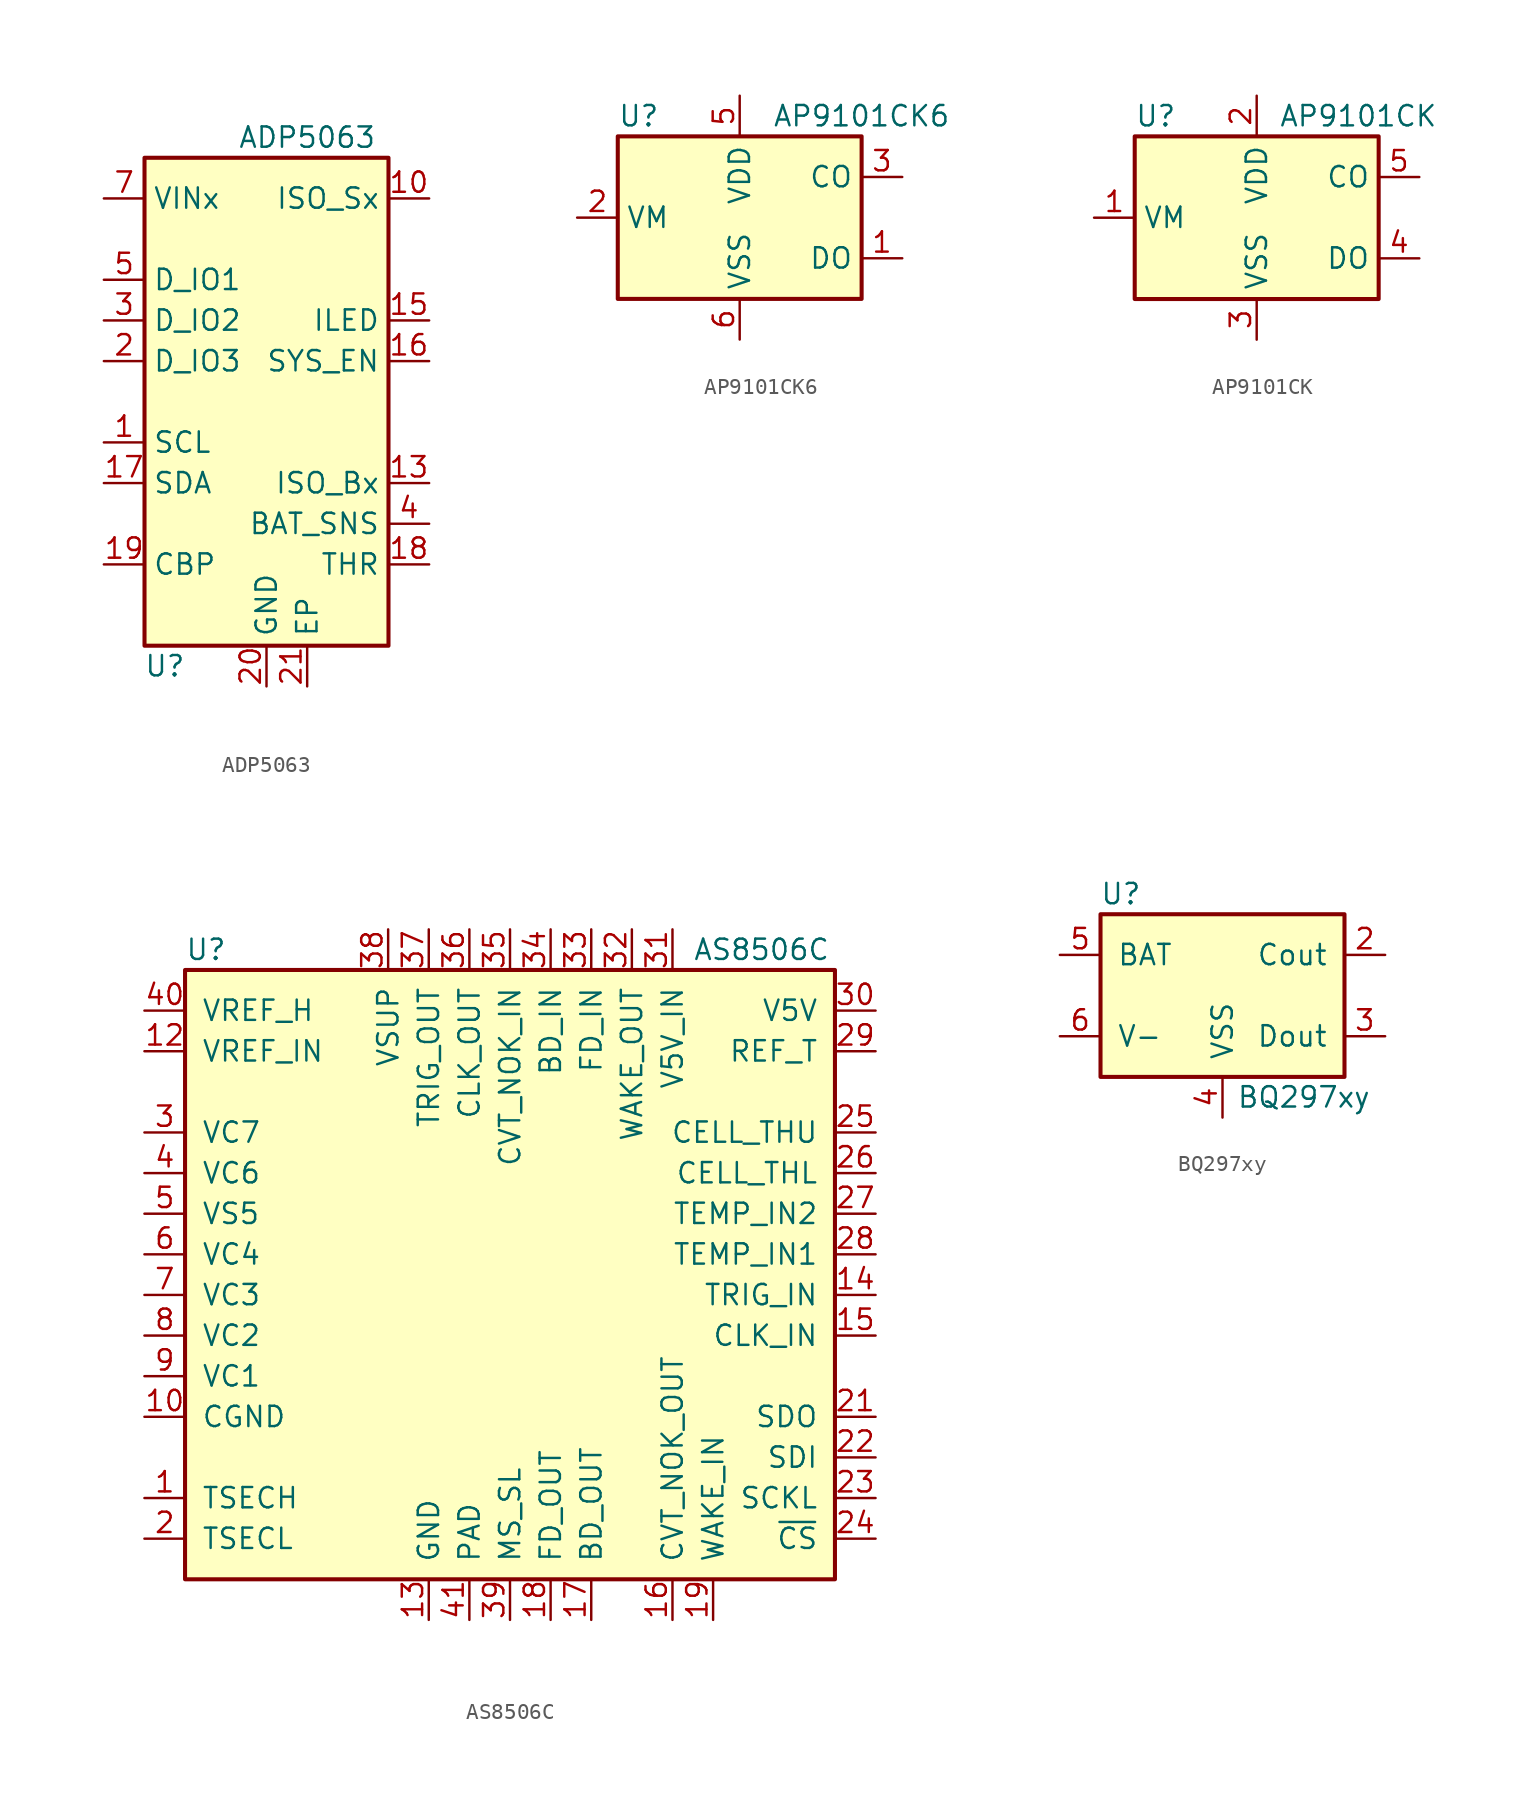
<source format=kicad_sym>
(kicad_symbol_lib
  (version 20201005)
  (generator kicad_symbol_editor)
  (symbol "Battery_Management:ADP5063"
    (property "Reference" "U"
      (at -6.35 -16.51 0)
      (effects (font (size 1.27 1.27))))
    (property "Value" "ADP5063"
      (at 2.54 16.51 0)
      (effects (font (size 1.27 1.27))))
    (symbol "ADP5063_1_1"
      (rectangle (start -7.62 15.24) (end 7.62 -15.24) (stroke (width 0.254)) (fill (type background)))
      (pin input line (at -10.16 -2.54 0) (length 2.54) (name "SCL" (effects (font (size 1.27 1.27)))) (number "1" (effects (font (size 1.27 1.27)))))
      (pin power_out line (at 10.16 12.7 180) (length 2.54) (name "ISO_Sx" (effects (font (size 1.27 1.27)))) (number "10" (effects (font (size 1.27 1.27)))))
      (pin passive line (at 10.16 12.7 180) (length 2.54) hide (name "ISO_Sx" (effects (font (size 1.27 1.27)))) (number "11" (effects (font (size 1.27 1.27)))))
      (pin passive line (at 10.16 -5.08 180) (length 2.54) hide (name "ISO_Bx" (effects (font (size 1.27 1.27)))) (number "12" (effects (font (size 1.27 1.27)))))
      (pin passive line (at 10.16 -5.08 180) (length 2.54) (name "ISO_Bx" (effects (font (size 1.27 1.27)))) (number "13" (effects (font (size 1.27 1.27)))))
      (pin passive line (at 10.16 -5.08 180) (length 2.54) hide (name "ISO_Bx" (effects (font (size 1.27 1.27)))) (number "14" (effects (font (size 1.27 1.27)))))
      (pin open_collector line (at 10.16 5.08 180) (length 2.54) (name "ILED" (effects (font (size 1.27 1.27)))) (number "15" (effects (font (size 1.27 1.27)))))
      (pin open_collector line (at 10.16 2.54 180) (length 2.54) (name "SYS_EN" (effects (font (size 1.27 1.27)))) (number "16" (effects (font (size 1.27 1.27)))))
      (pin bidirectional line (at -10.16 -5.08 0) (length 2.54) (name "SDA" (effects (font (size 1.27 1.27)))) (number "17" (effects (font (size 1.27 1.27)))))
      (pin passive line (at 10.16 -10.16 180) (length 2.54) (name "THR" (effects (font (size 1.27 1.27)))) (number "18" (effects (font (size 1.27 1.27)))))
      (pin passive line (at -10.16 -10.16 0) (length 2.54) (name "CBP" (effects (font (size 1.27 1.27)))) (number "19" (effects (font (size 1.27 1.27)))))
      (pin bidirectional line (at -10.16 2.54 0) (length 2.54) (name "D_IO3" (effects (font (size 1.27 1.27)))) (number "2" (effects (font (size 1.27 1.27)))))
      (pin power_in line (at 0 -17.78 90) (length 2.54) (name "GND" (effects (font (size 1.27 1.27)))) (number "20" (effects (font (size 1.27 1.27)))))
      (pin passive line (at 2.54 -17.78 90) (length 2.54) (name "EP" (effects (font (size 1.27 1.27)))) (number "21" (effects (font (size 1.27 1.27)))))
      (pin bidirectional line (at -10.16 5.08 0) (length 2.54) (name "D_IO2" (effects (font (size 1.27 1.27)))) (number "3" (effects (font (size 1.27 1.27)))))
      (pin passive line (at 10.16 -7.62 180) (length 2.54) (name "BAT_SNS" (effects (font (size 1.27 1.27)))) (number "4" (effects (font (size 1.27 1.27)))))
      (pin bidirectional line (at -10.16 7.62 0) (length 2.54) (name "D_IO1" (effects (font (size 1.27 1.27)))) (number "5" (effects (font (size 1.27 1.27)))))
      (pin input line (at -10.16 12.7 0) (length 2.54) hide (name "VINx" (effects (font (size 1.27 1.27)))) (number "6" (effects (font (size 1.27 1.27)))))
      (pin input line (at -10.16 12.7 0) (length 2.54) (name "VINx" (effects (font (size 1.27 1.27)))) (number "7" (effects (font (size 1.27 1.27)))))
      (pin input line (at -10.16 12.7 0) (length 2.54) hide (name "VINx" (effects (font (size 1.27 1.27)))) (number "8" (effects (font (size 1.27 1.27)))))
      (pin passive line (at 10.16 12.7 180) (length 2.54) hide (name "ISO_Sx" (effects (font (size 1.27 1.27)))) (number "9" (effects (font (size 1.27 1.27)))))))
  (symbol "Battery_Management:AP9101CK6"
    (property "Reference" "U"
      (at -7.62 6.35 0)
      (effects (font (size 1.27 1.27)) (justify left)))
    (property "Value" "AP9101CK6"
      (at 7.62 6.35 0)
      (effects (font (size 1.27 1.27))))
    (symbol "AP9101CK6_0_1"
      (rectangle (start -7.62 5.08) (end 7.62 -5.08) (stroke (width 0.254)) (fill (type background))))
    (symbol "AP9101CK6_1_1"
      (pin output line (at 10.16 -2.54 180) (length 2.54) (name "DO" (effects (font (size 1.27 1.27)))) (number "1" (effects (font (size 1.27 1.27)))))
      (pin passive line (at -10.16 0 0) (length 2.54) (name "VM" (effects (font (size 1.27 1.27)))) (number "2" (effects (font (size 1.27 1.27)))))
      (pin output line (at 10.16 2.54 180) (length 2.54) (name "CO" (effects (font (size 1.27 1.27)))) (number "3" (effects (font (size 1.27 1.27)))))
      (pin no_connect line (at -7.62 -2.54 0) (length 2.54) hide (name "NC" (effects (font (size 1.27 1.27)))) (number "4" (effects (font (size 1.27 1.27)))))
      (pin power_in line (at 0 7.62 270) (length 2.54) (name "VDD" (effects (font (size 1.27 1.27)))) (number "5" (effects (font (size 1.27 1.27)))))
      (pin power_in line (at 0 -7.62 90) (length 2.54) (name "VSS" (effects (font (size 1.27 1.27)))) (number "6" (effects (font (size 1.27 1.27)))))))
  (symbol "Battery_Management:AP9101CK"
    (property "Reference" "U"
      (at -7.62 6.35 0)
      (effects (font (size 1.27 1.27)) (justify left)))
    (property "Value" "AP9101CK"
      (at 6.35 6.35 0)
      (effects (font (size 1.27 1.27))))
    (symbol "AP9101CK_0_1"
      (rectangle (start -7.62 5.08) (end 7.62 -5.08) (stroke (width 0.254)) (fill (type background))))
    (symbol "AP9101CK_1_1"
      (pin passive line (at -10.16 0 0) (length 2.54) (name "VM" (effects (font (size 1.27 1.27)))) (number "1" (effects (font (size 1.27 1.27)))))
      (pin power_in line (at 0 7.62 270) (length 2.54) (name "VDD" (effects (font (size 1.27 1.27)))) (number "2" (effects (font (size 1.27 1.27)))))
      (pin power_in line (at 0 -7.62 90) (length 2.54) (name "VSS" (effects (font (size 1.27 1.27)))) (number "3" (effects (font (size 1.27 1.27)))))
      (pin output line (at 10.16 -2.54 180) (length 2.54) (name "DO" (effects (font (size 1.27 1.27)))) (number "4" (effects (font (size 1.27 1.27)))))
      (pin output line (at 10.16 2.54 180) (length 2.54) (name "CO" (effects (font (size 1.27 1.27)))) (number "5" (effects (font (size 1.27 1.27)))))))
  (symbol "Battery_Management:AS8506C"
    (pin_names
      (offset 1.016))
    (property "Reference" "U"
      (at -20.32 21.59 0)
      (effects (font (size 1.27 1.27)) (justify left)))
    (property "Value" "AS8506C"
      (at 11.43 21.59 0)
      (effects (font (size 1.27 1.27)) (justify left)))
    (symbol "AS8506C_0_1"
      (rectangle (start 20.32 -17.78) (end -20.32 20.32) (stroke (width 0.254)) (fill (type background))))
    (symbol "AS8506C_1_1"
      (pin input line (at -22.86 -12.7 0) (length 2.54) (name "TSECH" (effects (font (size 1.27 1.27)))) (number "1" (effects (font (size 1.27 1.27)))))
      (pin input line (at -22.86 -7.62 0) (length 2.54) (name "CGND" (effects (font (size 1.27 1.27)))) (number "10" (effects (font (size 1.27 1.27)))))
      (pin no_connect line (at -10.16 -20.32 90) (length 2.54) hide (name "NC" (effects (font (size 1.27 1.27)))) (number "11" (effects (font (size 1.27 1.27)))))
      (pin input line (at -22.86 15.24 0) (length 2.54) (name "VREF_IN" (effects (font (size 1.27 1.27)))) (number "12" (effects (font (size 1.27 1.27)))))
      (pin power_in line (at -5.08 -20.32 90) (length 2.54) (name "GND" (effects (font (size 1.27 1.27)))) (number "13" (effects (font (size 1.27 1.27)))))
      (pin input line (at 22.86 0 180) (length 2.54) (name "TRIG_IN" (effects (font (size 1.27 1.27)))) (number "14" (effects (font (size 1.27 1.27)))))
      (pin input line (at 22.86 -2.54 180) (length 2.54) (name "CLK_IN" (effects (font (size 1.27 1.27)))) (number "15" (effects (font (size 1.27 1.27)))))
      (pin input line (at 10.16 -20.32 90) (length 2.54) (name "CVT_NOK_OUT" (effects (font (size 1.27 1.27)))) (number "16" (effects (font (size 1.27 1.27)))))
      (pin input line (at 5.08 -20.32 90) (length 2.54) (name "BD_OUT" (effects (font (size 1.27 1.27)))) (number "17" (effects (font (size 1.27 1.27)))))
      (pin input line (at 2.54 -20.32 90) (length 2.54) (name "FD_OUT" (effects (font (size 1.27 1.27)))) (number "18" (effects (font (size 1.27 1.27)))))
      (pin input line (at 12.7 -20.32 90) (length 2.54) (name "WAKE_IN" (effects (font (size 1.27 1.27)))) (number "19" (effects (font (size 1.27 1.27)))))
      (pin input line (at -22.86 -15.24 0) (length 2.54) (name "TSECL" (effects (font (size 1.27 1.27)))) (number "2" (effects (font (size 1.27 1.27)))))
      (pin no_connect line (at -7.62 -20.32 90) (length 2.54) hide (name "NC_T" (effects (font (size 1.27 1.27)))) (number "20" (effects (font (size 1.27 1.27)))))
      (pin output line (at 22.86 -7.62 180) (length 2.54) (name "SDO" (effects (font (size 1.27 1.27)))) (number "21" (effects (font (size 1.27 1.27)))))
      (pin input line (at 22.86 -10.16 180) (length 2.54) (name "SDI" (effects (font (size 1.27 1.27)))) (number "22" (effects (font (size 1.27 1.27)))))
      (pin input line (at 22.86 -12.7 180) (length 2.54) (name "SCKL" (effects (font (size 1.27 1.27)))) (number "23" (effects (font (size 1.27 1.27)))))
      (pin input line (at 22.86 -15.24 180) (length 2.54) (name "~CS" (effects (font (size 1.27 1.27)))) (number "24" (effects (font (size 1.27 1.27)))))
      (pin input line (at 22.86 10.16 180) (length 2.54) (name "CELL_THU" (effects (font (size 1.27 1.27)))) (number "25" (effects (font (size 1.27 1.27)))))
      (pin input line (at 22.86 7.62 180) (length 2.54) (name "CELL_THL" (effects (font (size 1.27 1.27)))) (number "26" (effects (font (size 1.27 1.27)))))
      (pin input line (at 22.86 5.08 180) (length 2.54) (name "TEMP_IN2" (effects (font (size 1.27 1.27)))) (number "27" (effects (font (size 1.27 1.27)))))
      (pin input line (at 22.86 2.54 180) (length 2.54) (name "TEMP_IN1" (effects (font (size 1.27 1.27)))) (number "28" (effects (font (size 1.27 1.27)))))
      (pin input line (at 22.86 15.24 180) (length 2.54) (name "REF_T" (effects (font (size 1.27 1.27)))) (number "29" (effects (font (size 1.27 1.27)))))
      (pin input line (at -22.86 10.16 0) (length 2.54) (name "VC7" (effects (font (size 1.27 1.27)))) (number "3" (effects (font (size 1.27 1.27)))))
      (pin input line (at 22.86 17.78 180) (length 2.54) (name "V5V" (effects (font (size 1.27 1.27)))) (number "30" (effects (font (size 1.27 1.27)))))
      (pin input line (at 10.16 22.86 270) (length 2.54) (name "V5V_IN" (effects (font (size 1.27 1.27)))) (number "31" (effects (font (size 1.27 1.27)))))
      (pin input line (at 7.62 22.86 270) (length 2.54) (name "WAKE_OUT" (effects (font (size 1.27 1.27)))) (number "32" (effects (font (size 1.27 1.27)))))
      (pin input line (at 5.08 22.86 270) (length 2.54) (name "FD_IN" (effects (font (size 1.27 1.27)))) (number "33" (effects (font (size 1.27 1.27)))))
      (pin input line (at 2.54 22.86 270) (length 2.54) (name "BD_IN" (effects (font (size 1.27 1.27)))) (number "34" (effects (font (size 1.27 1.27)))))
      (pin input line (at 0 22.86 270) (length 2.54) (name "CVT_NOK_IN" (effects (font (size 1.27 1.27)))) (number "35" (effects (font (size 1.27 1.27)))))
      (pin input line (at -2.54 22.86 270) (length 2.54) (name "CLK_OUT" (effects (font (size 1.27 1.27)))) (number "36" (effects (font (size 1.27 1.27)))))
      (pin input line (at -5.08 22.86 270) (length 2.54) (name "TRIG_OUT" (effects (font (size 1.27 1.27)))) (number "37" (effects (font (size 1.27 1.27)))))
      (pin power_in line (at -7.62 22.86 270) (length 2.54) (name "VSUP" (effects (font (size 1.27 1.27)))) (number "38" (effects (font (size 1.27 1.27)))))
      (pin input line (at 0 -20.32 90) (length 2.54) (name "MS_SL" (effects (font (size 1.27 1.27)))) (number "39" (effects (font (size 1.27 1.27)))))
      (pin input line (at -22.86 7.62 0) (length 2.54) (name "VC6" (effects (font (size 1.27 1.27)))) (number "4" (effects (font (size 1.27 1.27)))))
      (pin input line (at -22.86 17.78 0) (length 2.54) (name "VREF_H" (effects (font (size 1.27 1.27)))) (number "40" (effects (font (size 1.27 1.27)))))
      (pin power_in line (at -2.54 -20.32 90) (length 2.54) (name "PAD" (effects (font (size 1.27 1.27)))) (number "41" (effects (font (size 1.27 1.27)))))
      (pin input line (at -22.86 5.08 0) (length 2.54) (name "VS5" (effects (font (size 1.27 1.27)))) (number "5" (effects (font (size 1.27 1.27)))))
      (pin input line (at -22.86 2.54 0) (length 2.54) (name "VC4" (effects (font (size 1.27 1.27)))) (number "6" (effects (font (size 1.27 1.27)))))
      (pin input line (at -22.86 0 0) (length 2.54) (name "VC3" (effects (font (size 1.27 1.27)))) (number "7" (effects (font (size 1.27 1.27)))))
      (pin input line (at -22.86 -2.54 0) (length 2.54) (name "VC2" (effects (font (size 1.27 1.27)))) (number "8" (effects (font (size 1.27 1.27)))))
      (pin input line (at -22.86 -5.08 0) (length 2.54) (name "VC1" (effects (font (size 1.27 1.27)))) (number "9" (effects (font (size 1.27 1.27)))))))
  (symbol "Battery_Management:BQ297xy"
    (pin_names
      (offset 1.016))
    (property "Reference" "U"
      (at -6.35 6.35 0)
      (effects (font (size 1.27 1.27))))
    (property "Value" "BQ297xy"
      (at 5.08 -6.35 0)
      (effects (font (size 1.27 1.27))))
    (symbol "BQ297xy_0_1"
      (rectangle (start -7.62 5.08) (end 7.62 -5.08) (stroke (width 0.254)) (fill (type background))))
    (symbol "BQ297xy_1_1"
      (pin no_connect line (at 7.62 0 180) (length 2.54) hide (name "NC" (effects (font (size 1.27 1.27)))) (number "1" (effects (font (size 1.27 1.27)))))
      (pin output line (at 10.16 2.54 180) (length 2.54) (name "Cout" (effects (font (size 1.27 1.27)))) (number "2" (effects (font (size 1.27 1.27)))))
      (pin output line (at 10.16 -2.54 180) (length 2.54) (name "Dout" (effects (font (size 1.27 1.27)))) (number "3" (effects (font (size 1.27 1.27)))))
      (pin power_in line (at 0 -7.62 90) (length 2.54) (name "VSS" (effects (font (size 1.27 1.27)))) (number "4" (effects (font (size 1.27 1.27)))))
      (pin input line (at -10.16 2.54 0) (length 2.54) (name "BAT" (effects (font (size 1.27 1.27)))) (number "5" (effects (font (size 1.27 1.27)))))
      (pin input line (at -10.16 -2.54 0) (length 2.54) (name "V-" (effects (font (size 1.27 1.27)))) (number "6" (effects (font (size 1.27 1.27))))))))
</source>
